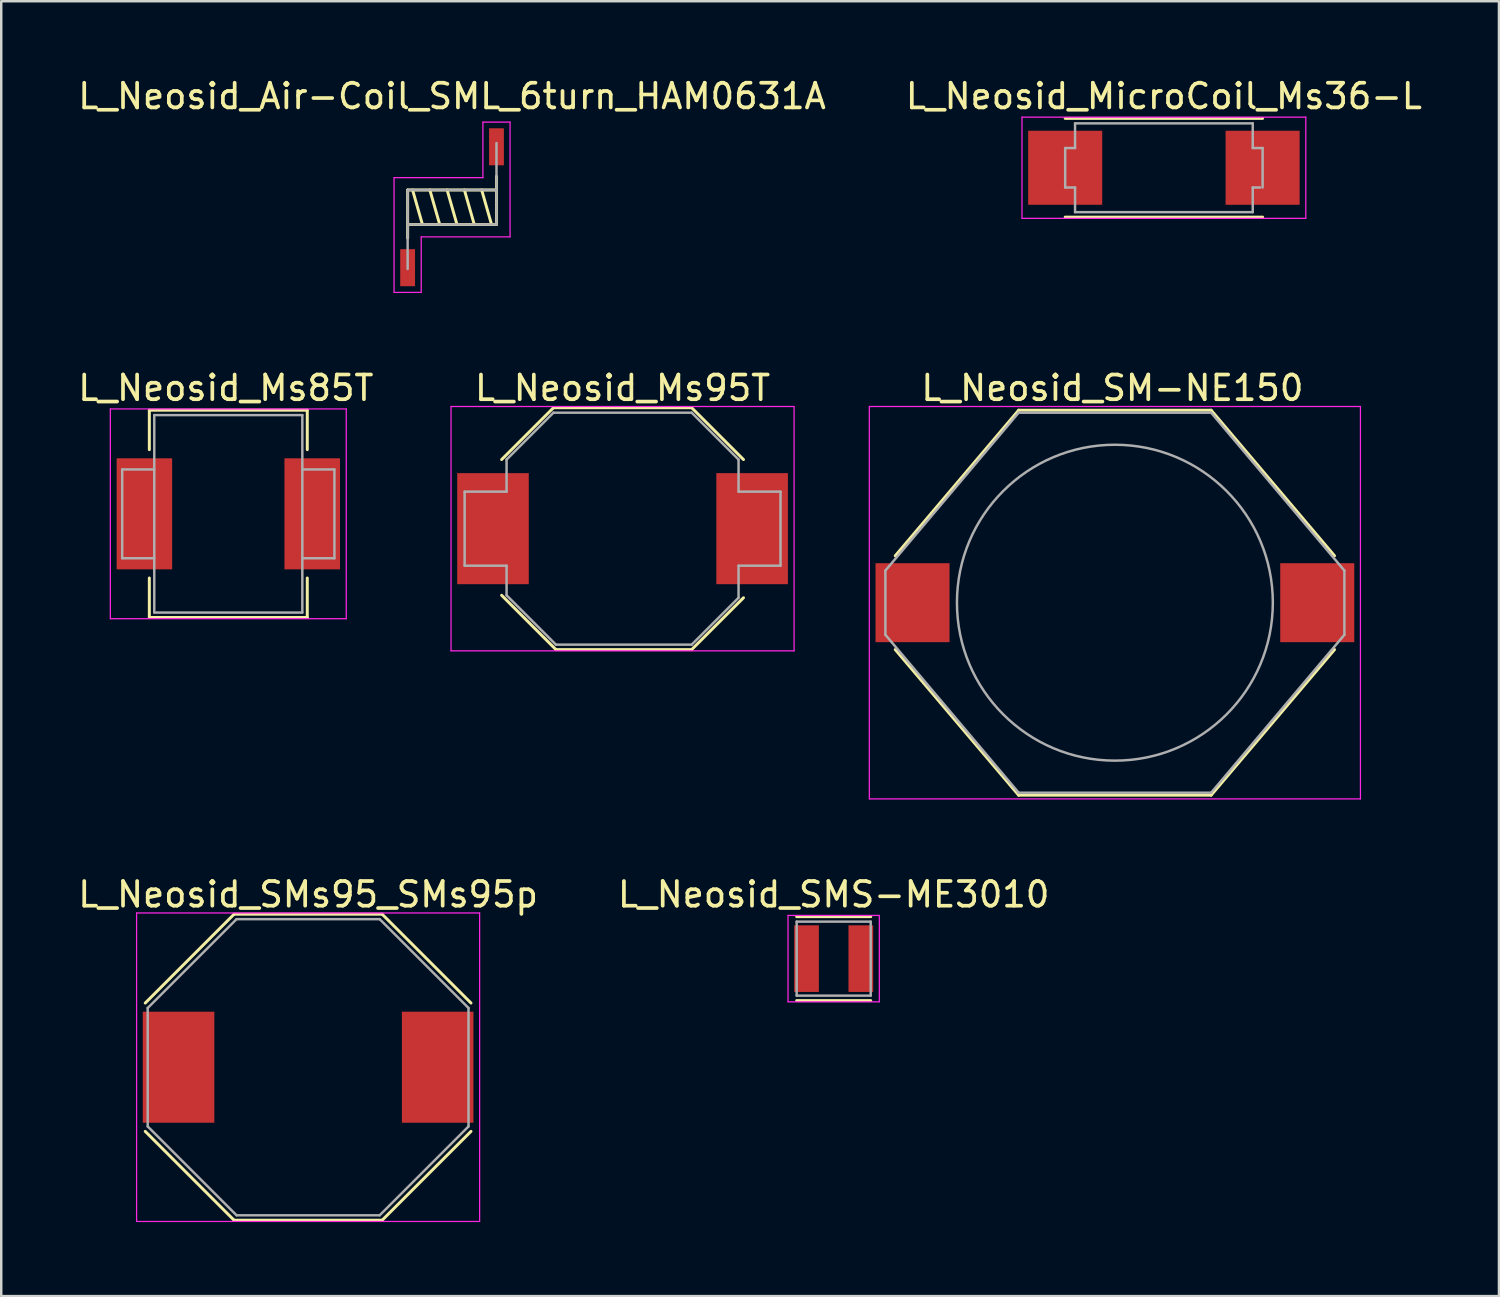
<source format=kicad_pcb>
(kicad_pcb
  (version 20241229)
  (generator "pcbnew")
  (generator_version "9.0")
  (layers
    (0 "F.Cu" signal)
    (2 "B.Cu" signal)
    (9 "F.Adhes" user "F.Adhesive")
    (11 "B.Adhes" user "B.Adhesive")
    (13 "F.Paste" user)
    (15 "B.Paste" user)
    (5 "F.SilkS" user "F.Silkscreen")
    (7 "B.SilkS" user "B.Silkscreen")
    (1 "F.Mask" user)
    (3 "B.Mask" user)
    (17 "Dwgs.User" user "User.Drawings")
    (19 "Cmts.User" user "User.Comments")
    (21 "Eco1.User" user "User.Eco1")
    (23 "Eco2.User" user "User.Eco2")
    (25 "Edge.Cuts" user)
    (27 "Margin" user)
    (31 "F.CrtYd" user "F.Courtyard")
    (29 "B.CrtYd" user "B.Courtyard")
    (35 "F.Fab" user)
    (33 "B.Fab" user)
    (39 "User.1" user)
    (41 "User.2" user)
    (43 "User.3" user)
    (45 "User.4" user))
  (footprint "L_Neosid_SM-NE150"
    (layer "F.Cu")
    (at 42.127 21.372)
    (property "Reference" "L_Neosid_SM-NE150" (at -0.1 -8.7 0) (layer "F.SilkS") (effects (font (size 1 1) (thickness 0.15))))
    (attr smd)
    (fp_line (start -8.9 1.9) (end -3.9 7.8) (stroke (width 0.12) (type solid)) (layer "F.SilkS"))
    (fp_line (start -3.9 -7.8) (end -8.9 -1.9) (stroke (width 0.12) (type solid)) (layer "F.SilkS"))
    (fp_line (start -3.9 -7.8) (end 3.9 -7.8) (stroke (width 0.12) (type solid)) (layer "F.SilkS"))
    (fp_line (start -3.9 7.8) (end 3.9 7.8) (stroke (width 0.12) (type solid)) (layer "F.SilkS"))
    (fp_line (start 3.9 -7.8) (end 8.9 -1.9) (stroke (width 0.12) (type solid)) (layer "F.SilkS"))
    (fp_line (start 3.9 7.8) (end 8.9 1.9) (stroke (width 0.12) (type solid)) (layer "F.SilkS"))
    (fp_line (start -9.95 -7.95) (end -9.95 7.95) (stroke (width 0.05) (type solid)) (layer "F.CrtYd"))
    (fp_line (start -9.95 -7.95) (end 9.95 -7.95) (stroke (width 0.05) (type solid)) (layer "F.CrtYd"))
    (fp_line (start 9.95 7.95) (end -9.95 7.95) (stroke (width 0.05) (type solid)) (layer "F.CrtYd"))
    (fp_line (start 9.95 7.95) (end 9.95 -7.95) (stroke (width 0.05) (type solid)) (layer "F.CrtYd"))
    (fp_line (start -9.3 -1.3) (end -3.9 -7.7) (stroke (width 0.1) (type solid)) (layer "F.Fab"))
    (fp_line (start -9.3 1.3) (end -9.3 -1.3) (stroke (width 0.1) (type solid)) (layer "F.Fab"))
    (fp_line (start -3.9 -7.7) (end 3.9 -7.7) (stroke (width 0.1) (type solid)) (layer "F.Fab"))
    (fp_line (start -3.9 7.7) (end -9.3 1.3) (stroke (width 0.1) (type solid)) (layer "F.Fab"))
    (fp_line (start 3.9 -7.7) (end 9.3 -1.3) (stroke (width 0.1) (type solid)) (layer "F.Fab"))
    (fp_line (start 3.9 7.7) (end -3.9 7.7) (stroke (width 0.1) (type solid)) (layer "F.Fab"))
    (fp_line (start 9.3 -1.3) (end 9.3 1.3) (stroke (width 0.1) (type solid)) (layer "F.Fab"))
    (fp_line (start 9.3 1.3) (end 3.9 7.7) (stroke (width 0.1) (type solid)) (layer "F.Fab"))
    (fp_circle (center 0 0) (end -6.4 0) (stroke (width 0.1) (type solid)) (fill no) (layer "F.Fab"))
    (pad "1" smd rect (at -8.2 0 180) (size 3 3.2) (layers "F.Cu" "F.Mask" "F.Paste"))
    (pad "2" smd rect (at 8.2 0) (size 3 3.2) (layers "F.Cu" "F.Mask" "F.Paste")))
  (footprint "L_Neosid_Ms95T"
    (layer "F.Cu")
    (at 22.177 18.372)
    (property "Reference" "L_Neosid_Ms95T" (at 0 -5.7 0) (layer "F.SilkS") (effects (font (size 1 1) (thickness 0.15))))
    (attr smd)
    (fp_line (start -4.9 -2.8) (end -2.8 -4.9) (stroke (width 0.12) (type solid)) (layer "F.SilkS"))
    (fp_line (start -2.8 -4.9) (end 2.8 -4.9) (stroke (width 0.12) (type solid)) (layer "F.SilkS"))
    (fp_line (start -2.7 4.9) (end -4.9 2.7) (stroke (width 0.12) (type solid)) (layer "F.SilkS"))
    (fp_line (start -2.7 4.9) (end 2.8 4.9) (stroke (width 0.12) (type solid)) (layer "F.SilkS"))
    (fp_line (start 2.8 -4.9) (end 4.9 -2.8) (stroke (width 0.12) (type solid)) (layer "F.SilkS"))
    (fp_line (start 2.8 4.9) (end 4.9 2.8) (stroke (width 0.12) (type solid)) (layer "F.SilkS"))
    (fp_line (start -6.95 -4.95) (end -6.95 4.95) (stroke (width 0.05) (type solid)) (layer "F.CrtYd"))
    (fp_line (start -6.95 -4.95) (end 6.95 -4.95) (stroke (width 0.05) (type solid)) (layer "F.CrtYd"))
    (fp_line (start 6.95 4.95) (end -6.95 4.95) (stroke (width 0.05) (type solid)) (layer "F.CrtYd"))
    (fp_line (start 6.95 4.95) (end 6.95 -4.95) (stroke (width 0.05) (type solid)) (layer "F.CrtYd"))
    (fp_line (start -6.4 -1.5) (end -6.4 1.5) (stroke (width 0.1) (type solid)) (layer "F.Fab"))
    (fp_line (start -6.4 -1.5) (end -4.7 -1.5) (stroke (width 0.1) (type solid)) (layer "F.Fab"))
    (fp_line (start -6.4 1.5) (end -4.7 1.5) (stroke (width 0.1) (type solid)) (layer "F.Fab"))
    (fp_line (start -4.7 -1.5) (end -4.7 -2.8) (stroke (width 0.1) (type solid)) (layer "F.Fab"))
    (fp_line (start -4.7 1.5) (end -4.7 2.7) (stroke (width 0.1) (type solid)) (layer "F.Fab"))
    (fp_line (start -4.7 2.7) (end -2.7 4.7) (stroke (width 0.1) (type solid)) (layer "F.Fab"))
    (fp_line (start -2.8 -4.7) (end -4.7 -2.8) (stroke (width 0.1) (type solid)) (layer "F.Fab"))
    (fp_line (start 2.8 -4.7) (end -2.8 -4.7) (stroke (width 0.1) (type solid)) (layer "F.Fab"))
    (fp_line (start 2.8 4.7) (end -2.7 4.7) (stroke (width 0.1) (type solid)) (layer "F.Fab"))
    (fp_line (start 4.7 -2.8) (end 2.8 -4.7) (stroke (width 0.1) (type solid)) (layer "F.Fab"))
    (fp_line (start 4.7 -1.5) (end 4.7 -2.8) (stroke (width 0.1) (type solid)) (layer "F.Fab"))
    (fp_line (start 4.7 1.5) (end 6.4 1.5) (stroke (width 0.1) (type solid)) (layer "F.Fab"))
    (fp_line (start 4.7 2.8) (end 2.8 4.7) (stroke (width 0.1) (type solid)) (layer "F.Fab"))
    (fp_line (start 4.7 2.8) (end 4.7 1.5) (stroke (width 0.1) (type solid)) (layer "F.Fab"))
    (fp_line (start 6.4 -1.5) (end 4.7 -1.5) (stroke (width 0.1) (type solid)) (layer "F.Fab"))
    (fp_line (start 6.4 1.5) (end 6.4 -1.5) (stroke (width 0.1) (type solid)) (layer "F.Fab"))
    (pad "1" smd rect (at -5.25 0) (size 2.9 4.5) (layers "F.Cu" "F.Mask" "F.Paste"))
    (pad "2" smd rect (at 5.25 0) (size 2.9 4.5) (layers "F.Cu" "F.Mask" "F.Paste")))
  (footprint "L_Neosid_SMs95_SMs95p"
    (layer "F.Cu")
    (at 9.435 40.195)
    (property "Reference" "L_Neosid_SMs95_SMs95p" (at 0 -7 0) (layer "F.SilkS") (effects (font (size 1 1) (thickness 0.15))))
    (attr smd)
    (fp_line (start -6.6 -2.6) (end -3 -6.2) (stroke (width 0.12) (type solid)) (layer "F.SilkS"))
    (fp_line (start -3 -6.2) (end 3 -6.2) (stroke (width 0.12) (type solid)) (layer "F.SilkS"))
    (fp_line (start -3 6.2) (end -6.6 2.6) (stroke (width 0.12) (type solid)) (layer "F.SilkS"))
    (fp_line (start 3 -6.2) (end 6.6 -2.6) (stroke (width 0.12) (type solid)) (layer "F.SilkS"))
    (fp_line (start 3 6.2) (end -3 6.2) (stroke (width 0.12) (type solid)) (layer "F.SilkS"))
    (fp_line (start 6.6 2.6) (end 3 6.2) (stroke (width 0.12) (type solid)) (layer "F.SilkS"))
    (fp_line (start -6.95 -6.25) (end -6.95 6.25) (stroke (width 0.05) (type solid)) (layer "F.CrtYd"))
    (fp_line (start -6.95 -6.25) (end 6.95 -6.25) (stroke (width 0.05) (type solid)) (layer "F.CrtYd"))
    (fp_line (start 6.95 6.25) (end -6.95 6.25) (stroke (width 0.05) (type solid)) (layer "F.CrtYd"))
    (fp_line (start 6.95 6.25) (end 6.95 -6.25) (stroke (width 0.05) (type solid)) (layer "F.CrtYd"))
    (fp_line (start -6.5 -2.4) (end -6.5 2.4) (stroke (width 0.1) (type solid)) (layer "F.Fab"))
    (fp_line (start -6.5 -2.4) (end -2.9 -6) (stroke (width 0.1) (type solid)) (layer "F.Fab"))
    (fp_line (start -6.5 2.4) (end -2.9 6) (stroke (width 0.1) (type solid)) (layer "F.Fab"))
    (fp_line (start -2.9 6) (end 2.9 6) (stroke (width 0.1) (type solid)) (layer "F.Fab"))
    (fp_line (start 2.9 -6) (end -2.9 -6) (stroke (width 0.1) (type solid)) (layer "F.Fab"))
    (fp_line (start 2.9 6) (end 6.5 2.4) (stroke (width 0.1) (type solid)) (layer "F.Fab"))
    (fp_line (start 6.5 -2.4) (end 2.9 -6) (stroke (width 0.1) (type solid)) (layer "F.Fab"))
    (fp_line (start 6.5 2.4) (end 6.5 -2.4) (stroke (width 0.1) (type solid)) (layer "F.Fab"))
    (pad "1" smd rect (at -5.25 0) (size 2.9 4.5) (layers "F.Cu" "F.Mask" "F.Paste"))
    (pad "2" smd rect (at 5.25 0) (size 2.9 4.5) (layers "F.Cu" "F.Mask" "F.Paste")))
  (footprint "L_Neosid_Air-Coil_SML_6turn_HAM0631A"
    (layer "F.Cu")
    (at 15.268 5.348)
    (property "Reference" "L_Neosid_Air-Coil_SML_6turn_HAM0631A" (at 0 -4.5 0) (layer "F.SilkS") (effects (font (size 1 1) (thickness 0.15))))
    (attr smd)
    (fp_line (start -1.8 -0.7) (end -1.8 1.25) (stroke (width 0.12) (type solid)) (layer "F.SilkS"))
    (fp_line (start -1.8 -0.7) (end 1.8 -0.7) (stroke (width 0.12) (type solid)) (layer "F.SilkS"))
    (fp_line (start -1.6 -0.7) (end -1.2 0.7) (stroke (width 0.12) (type solid)) (layer "F.SilkS"))
    (fp_line (start -0.9 -0.7) (end -0.5 0.7) (stroke (width 0.12) (type solid)) (layer "F.SilkS"))
    (fp_line (start -0.2 -0.7) (end 0.2 0.7) (stroke (width 0.12) (type solid)) (layer "F.SilkS"))
    (fp_line (start 0.5 -0.7) (end 0.9 0.7) (stroke (width 0.12) (type solid)) (layer "F.SilkS"))
    (fp_line (start 1.2 -0.7) (end 1.6 0.7) (stroke (width 0.12) (type solid)) (layer "F.SilkS"))
    (fp_line (start 1.8 0.7) (end -1.8 0.7) (stroke (width 0.12) (type solid)) (layer "F.SilkS"))
    (fp_line (start 1.8 0.7) (end 1.8 -1.25) (stroke (width 0.12) (type solid)) (layer "F.SilkS"))
    (fp_line (start -2.35 -1.2) (end -2.35 3.45) (stroke (width 0.05) (type solid)) (layer "F.CrtYd"))
    (fp_line (start -2.35 3.45) (end -1.25 3.45) (stroke (width 0.05) (type solid)) (layer "F.CrtYd"))
    (fp_line (start -1.25 1.2) (end 2.35 1.2) (stroke (width 0.05) (type solid)) (layer "F.CrtYd"))
    (fp_line (start -1.25 3.45) (end -1.25 1.2) (stroke (width 0.05) (type solid)) (layer "F.CrtYd"))
    (fp_line (start 1.25 -3.45) (end 1.25 -1.2) (stroke (width 0.05) (type solid)) (layer "F.CrtYd"))
    (fp_line (start 1.25 -1.2) (end -2.35 -1.2) (stroke (width 0.05) (type solid)) (layer "F.CrtYd"))
    (fp_line (start 2.35 -3.45) (end 1.25 -3.45) (stroke (width 0.05) (type solid)) (layer "F.CrtYd"))
    (fp_line (start 2.35 1.2) (end 2.35 -3.45) (stroke (width 0.05) (type solid)) (layer "F.CrtYd"))
    (fp_line (start -1.8 -0.7) (end 1.8 -0.7) (stroke (width 0.1) (type solid)) (layer "F.Fab"))
    (fp_line (start -1.8 0.7) (end 1.8 0.7) (stroke (width 0.1) (type solid)) (layer "F.Fab"))
    (fp_line (start -1.8 2.5) (end -1.8 -0.7) (stroke (width 0.1) (type solid)) (layer "F.Fab"))
    (fp_line (start 1.8 0.7) (end 1.8 -2.6) (stroke (width 0.1) (type solid)) (layer "F.Fab"))
    (pad "1" smd rect (at -1.8 2.45) (size 0.6 1.5) (layers "F.Cu" "F.Mask" "F.Paste"))
    (pad "2" smd rect (at 1.8 -2.45) (size 0.6 1.5) (layers "F.Cu" "F.Mask" "F.Paste")))
  (footprint "L_Neosid_SMS-ME3010"
    (layer "F.Cu")
    (at 30.732 35.795)
    (property "Reference" "L_Neosid_SMS-ME3010" (at 0 -2.6 0) (layer "F.SilkS") (effects (font (size 1 1) (thickness 0.15))))
    (attr smd)
    (fp_line (start 1.5 -1.7) (end -1.5 -1.7) (stroke (width 0.12) (type solid)) (layer "F.SilkS"))
    (fp_line (start 1.5 1.7) (end -1.5 1.7) (stroke (width 0.12) (type solid)) (layer "F.SilkS"))
    (fp_line (start -1.85 -1.75) (end -1.85 1.75) (stroke (width 0.05) (type solid)) (layer "F.CrtYd"))
    (fp_line (start -1.85 -1.75) (end 1.85 -1.75) (stroke (width 0.05) (type solid)) (layer "F.CrtYd"))
    (fp_line (start 1.85 1.75) (end -1.85 1.75) (stroke (width 0.05) (type solid)) (layer "F.CrtYd"))
    (fp_line (start 1.85 1.75) (end 1.85 -1.75) (stroke (width 0.05) (type solid)) (layer "F.CrtYd"))
    (fp_line (start -1.5 -1.5) (end -1.5 1.5) (stroke (width 0.1) (type solid)) (layer "F.Fab"))
    (fp_line (start -1.5 1.5) (end 1.5 1.5) (stroke (width 0.1) (type solid)) (layer "F.Fab"))
    (fp_line (start 1.5 -1.5) (end -1.5 -1.5) (stroke (width 0.1) (type solid)) (layer "F.Fab"))
    (fp_line (start 1.5 1.5) (end 1.5 -1.5) (stroke (width 0.1) (type solid)) (layer "F.Fab"))
    (pad "1" smd rect (at -1.1 0) (size 1 2.7) (layers "F.Cu" "F.Mask" "F.Paste"))
    (pad "2" smd rect (at 1.1 0) (size 1 2.7) (layers "F.Cu" "F.Mask" "F.Paste")))
  (footprint "L_Neosid_MicroCoil_Ms36-L"
    (layer "F.Cu")
    (at 44.113 3.748)
    (property "Reference" "L_Neosid_MicroCoil_Ms36-L" (at 0 -2.9 0) (layer "F.SilkS") (effects (font (size 1 1) (thickness 0.15))))
    (attr smd)
    (fp_line (start 4 -2) (end -4 -2) (stroke (width 0.12) (type solid)) (layer "F.SilkS"))
    (fp_line (start 4 2) (end -4 2) (stroke (width 0.12) (type solid)) (layer "F.SilkS"))
    (fp_line (start -5.75 -2.05) (end -5.75 2.05) (stroke (width 0.05) (type solid)) (layer "F.CrtYd"))
    (fp_line (start -5.75 -2.05) (end 5.75 -2.05) (stroke (width 0.05) (type solid)) (layer "F.CrtYd"))
    (fp_line (start 5.75 2.05) (end -5.75 2.05) (stroke (width 0.05) (type solid)) (layer "F.CrtYd"))
    (fp_line (start 5.75 2.05) (end 5.75 -2.05) (stroke (width 0.05) (type solid)) (layer "F.CrtYd"))
    (fp_line (start -4 -0.8) (end -3.6 -0.8) (stroke (width 0.1) (type solid)) (layer "F.Fab"))
    (fp_line (start -4 0.8) (end -4 -0.8) (stroke (width 0.1) (type solid)) (layer "F.Fab"))
    (fp_line (start -4 0.8) (end -3.6 0.8) (stroke (width 0.1) (type solid)) (layer "F.Fab"))
    (fp_line (start -3.6 -1.8) (end 3.6 -1.8) (stroke (width 0.1) (type solid)) (layer "F.Fab"))
    (fp_line (start -3.6 -0.8) (end -3.6 -1.8) (stroke (width 0.1) (type solid)) (layer "F.Fab"))
    (fp_line (start -3.6 1.8) (end -3.6 0.8) (stroke (width 0.1) (type solid)) (layer "F.Fab"))
    (fp_line (start 3.6 -0.8) (end 3.6 -1.8) (stroke (width 0.1) (type solid)) (layer "F.Fab"))
    (fp_line (start 3.6 0.8) (end 3.9 0.8) (stroke (width 0.1) (type solid)) (layer "F.Fab"))
    (fp_line (start 3.6 1.8) (end -3.6 1.8) (stroke (width 0.1) (type solid)) (layer "F.Fab"))
    (fp_line (start 3.6 1.8) (end 3.6 0.8) (stroke (width 0.1) (type solid)) (layer "F.Fab"))
    (fp_line (start 4 -0.8) (end 3.6 -0.8) (stroke (width 0.1) (type solid)) (layer "F.Fab"))
    (fp_line (start 4 -0.8) (end 4 0.8) (stroke (width 0.1) (type solid)) (layer "F.Fab"))
    (pad "1" smd rect (at -4 0) (size 3 3) (layers "F.Cu" "F.Mask" "F.Paste"))
    (pad "2" smd rect (at 4 0) (size 3 3) (layers "F.Cu" "F.Mask" "F.Paste")))
  (footprint "L_Neosid_Ms85T"
    (layer "F.Cu")
    (at 6.201 17.771)
    (property "Reference" "L_Neosid_Ms85T" (at -0.1 -5.1 0) (layer "F.SilkS") (effects (font (size 1 1) (thickness 0.15))))
    (attr smd)
    (fp_line (start -3.2 -4.2) (end -3.2 -2.6) (stroke (width 0.12) (type solid)) (layer "F.SilkS"))
    (fp_line (start -3.2 2.6) (end -3.2 4.2) (stroke (width 0.12) (type solid)) (layer "F.SilkS"))
    (fp_line (start -3.2 4.2) (end 3.2 4.2) (stroke (width 0.12) (type solid)) (layer "F.SilkS"))
    (fp_line (start 3.2 -4.2) (end -3.2 -4.2) (stroke (width 0.12) (type solid)) (layer "F.SilkS"))
    (fp_line (start 3.2 -2.6) (end 3.2 -4.2) (stroke (width 0.12) (type solid)) (layer "F.SilkS"))
    (fp_line (start 3.2 4.2) (end 3.2 2.6) (stroke (width 0.12) (type solid)) (layer "F.SilkS"))
    (fp_line (start -4.78 -4.25) (end -4.78 4.25) (stroke (width 0.05) (type solid)) (layer "F.CrtYd"))
    (fp_line (start -4.78 -4.25) (end 4.78 -4.25) (stroke (width 0.05) (type solid)) (layer "F.CrtYd"))
    (fp_line (start 4.78 4.25) (end -4.78 4.25) (stroke (width 0.05) (type solid)) (layer "F.CrtYd"))
    (fp_line (start 4.78 4.25) (end 4.78 -4.25) (stroke (width 0.05) (type solid)) (layer "F.CrtYd"))
    (fp_line (start -4.3 -1.8) (end -4.3 1.8) (stroke (width 0.1) (type solid)) (layer "F.Fab"))
    (fp_line (start -4.3 -1.8) (end -3 -1.8) (stroke (width 0.1) (type solid)) (layer "F.Fab"))
    (fp_line (start -4.3 1.8) (end -3 1.8) (stroke (width 0.1) (type solid)) (layer "F.Fab"))
    (fp_line (start -3 -4) (end 3 -4) (stroke (width 0.1) (type solid)) (layer "F.Fab"))
    (fp_line (start -3 4) (end -3 -4) (stroke (width 0.1) (type solid)) (layer "F.Fab"))
    (fp_line (start 3 -4) (end 3 4) (stroke (width 0.1) (type solid)) (layer "F.Fab"))
    (fp_line (start 3 1.8) (end 4.3 1.8) (stroke (width 0.1) (type solid)) (layer "F.Fab"))
    (fp_line (start 3 4) (end -3 4) (stroke (width 0.1) (type solid)) (layer "F.Fab"))
    (fp_line (start 4.3 -1.8) (end 3 -1.8) (stroke (width 0.1) (type solid)) (layer "F.Fab"))
    (fp_line (start 4.3 1.8) (end 4.3 -1.8) (stroke (width 0.1) (type solid)) (layer "F.Fab"))
    (pad "1" smd rect (at -3.4 0) (size 2.25 4.5) (layers "F.Cu" "F.Mask" "F.Paste"))
    (pad "2" smd rect (at 3.4 0) (size 2.25 4.5) (layers "F.Cu" "F.Mask" "F.Paste")))
  (gr_rect
    (start -3 -3)
    (end 57.69 49.47)
    (stroke (width 0.1) (type default))
    (fill no)
    (layer "Edge.Cuts")))
</source>
